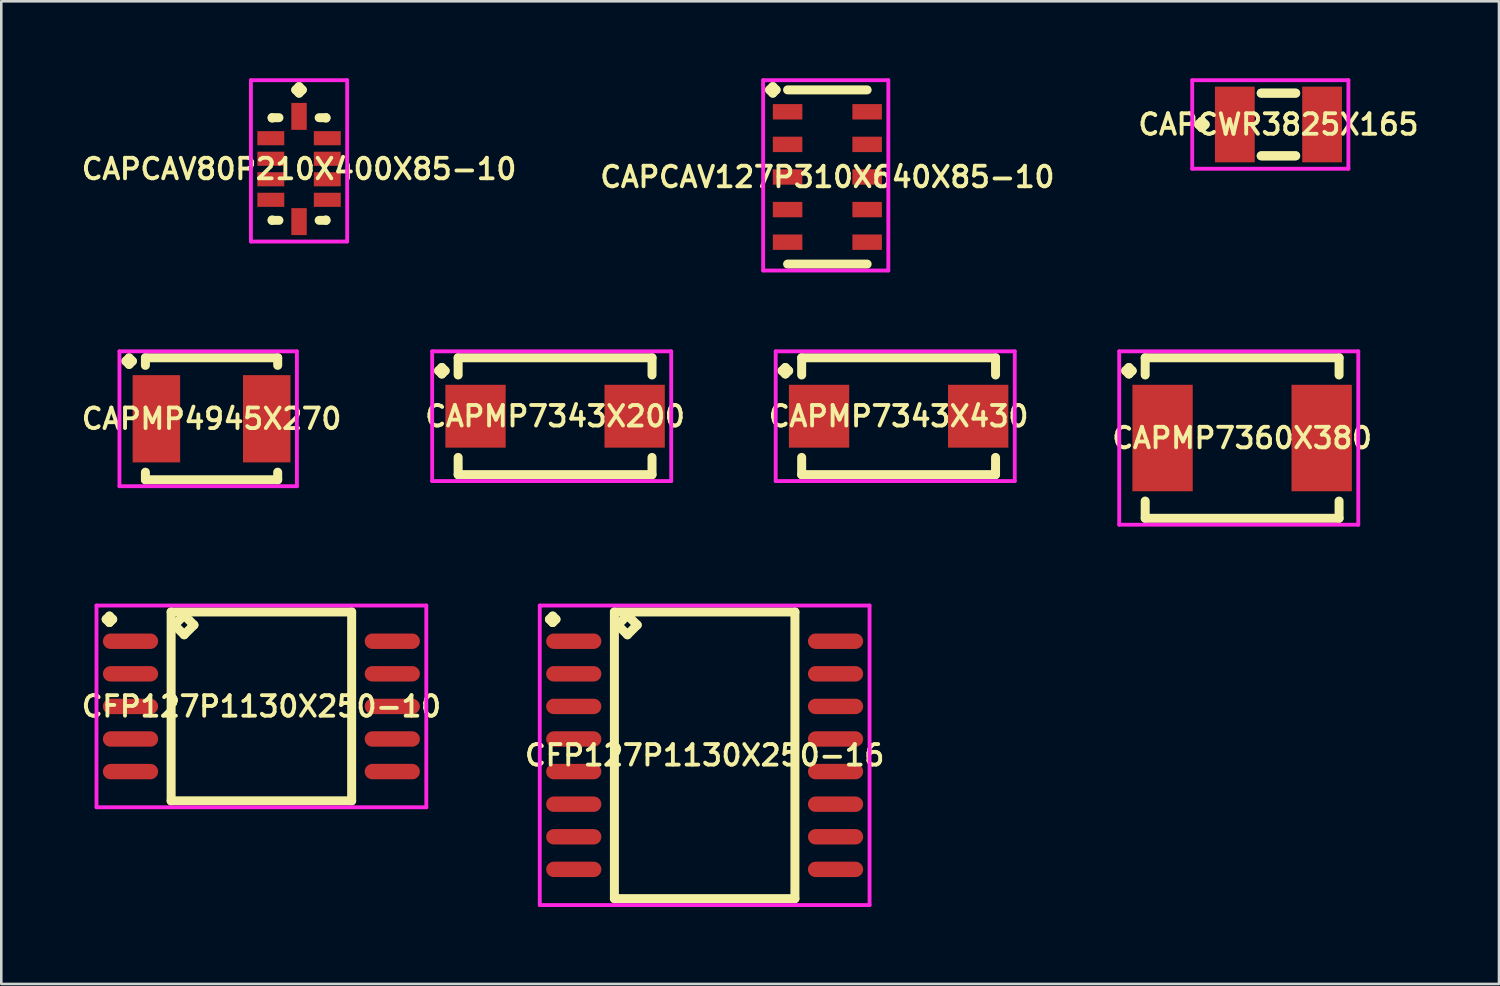
<source format=kicad_pcb>
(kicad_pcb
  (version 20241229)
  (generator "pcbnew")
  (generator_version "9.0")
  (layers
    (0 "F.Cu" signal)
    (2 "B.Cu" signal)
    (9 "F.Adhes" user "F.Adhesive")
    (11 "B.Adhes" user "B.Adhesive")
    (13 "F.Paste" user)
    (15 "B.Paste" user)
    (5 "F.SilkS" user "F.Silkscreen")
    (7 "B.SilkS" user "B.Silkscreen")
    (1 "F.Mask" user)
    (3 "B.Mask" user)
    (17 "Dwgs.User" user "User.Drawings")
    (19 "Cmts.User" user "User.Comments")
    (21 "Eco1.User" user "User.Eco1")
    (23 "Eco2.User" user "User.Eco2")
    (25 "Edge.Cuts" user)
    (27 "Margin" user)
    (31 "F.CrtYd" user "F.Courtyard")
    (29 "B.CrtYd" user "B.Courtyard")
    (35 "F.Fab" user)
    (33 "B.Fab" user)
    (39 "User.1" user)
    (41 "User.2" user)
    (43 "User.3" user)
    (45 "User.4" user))
  (footprint "CFP127P1130X250-10"
    (layer "F.Cu")
    (at 7.135 24.474)
    (property "Reference" "CFP127P1130X250-10" (at 0 0 0) (layer "F.SilkS") (effects (font (size 0.8 0.8) (thickness 0.15))))
    (attr through_hole)
    (fp_line (start -6.048 -3.394) (end -5.921 -3.521) (stroke (width 0.35) (type solid)) (layer "F.SilkS"))
    (fp_line (start -5.921 -3.521) (end -5.794 -3.394) (stroke (width 0.35) (type solid)) (layer "F.SilkS"))
    (fp_line (start -5.921 -3.267) (end -6.048 -3.394) (stroke (width 0.35) (type solid)) (layer "F.SilkS"))
    (fp_line (start -5.794 -3.394) (end -5.921 -3.267) (stroke (width 0.35) (type solid)) (layer "F.SilkS"))
    (fp_line (start -3.517 -3.68) (end -3.517 3.68) (stroke (width 0.35) (type solid)) (layer "F.SilkS"))
    (fp_line (start -3.517 3.68) (end 3.517 3.68) (stroke (width 0.35) (type solid)) (layer "F.SilkS"))
    (fp_line (start -3.39 -3.172) (end -3.009 -3.553) (stroke (width 0.35) (type solid)) (layer "F.SilkS"))
    (fp_line (start -3.009 -3.553) (end -2.628 -3.172) (stroke (width 0.35) (type solid)) (layer "F.SilkS"))
    (fp_line (start -3.009 -2.791) (end -3.39 -3.172) (stroke (width 0.35) (type solid)) (layer "F.SilkS"))
    (fp_line (start -2.628 -3.172) (end -3.009 -2.791) (stroke (width 0.35) (type solid)) (layer "F.SilkS"))
    (fp_line (start 3.517 -3.68) (end -3.517 -3.68) (stroke (width 0.35) (type solid)) (layer "F.SilkS"))
    (fp_line (start 3.517 3.68) (end 3.517 -3.68) (stroke (width 0.35) (type solid)) (layer "F.SilkS"))
    (fp_line (start -6.425 -3.93) (end 6.425 -3.93) (stroke (width 0.15) (type solid)) (layer "F.CrtYd"))
    (fp_line (start -6.425 3.93) (end -6.425 -3.93) (stroke (width 0.15) (type solid)) (layer "F.CrtYd"))
    (fp_line (start 6.425 -3.93) (end 6.425 3.93) (stroke (width 0.15) (type solid)) (layer "F.CrtYd"))
    (fp_line (start 6.425 3.93) (end -6.425 3.93) (stroke (width 0.15) (type solid)) (layer "F.CrtYd"))
    (pad "1" smd oval (at -5.1 -2.54) (size 2.15 0.6) (layers "F.Cu" "F.Mask" "F.Paste"))
    (pad "2" smd oval (at -5.1 -1.27) (size 2.15 0.6) (layers "F.Cu" "F.Mask" "F.Paste"))
    (pad "3" smd oval (at -5.1 0) (size 2.15 0.6) (layers "F.Cu" "F.Mask" "F.Paste"))
    (pad "4" smd oval (at -5.1 1.27) (size 2.15 0.6) (layers "F.Cu" "F.Mask" "F.Paste"))
    (pad "5" smd oval (at -5.1 2.54) (size 2.15 0.6) (layers "F.Cu" "F.Mask" "F.Paste"))
    (pad "6" smd oval (at 5.1 2.54) (size 2.15 0.6) (layers "F.Cu" "F.Mask" "F.Paste"))
    (pad "7" smd oval (at 5.1 1.27) (size 2.15 0.6) (layers "F.Cu" "F.Mask" "F.Paste"))
    (pad "8" smd oval (at 5.1 0) (size 2.15 0.6) (layers "F.Cu" "F.Mask" "F.Paste"))
    (pad "9" smd oval (at 5.1 -1.27) (size 2.15 0.6) (layers "F.Cu" "F.Mask" "F.Paste"))
    (pad "10" smd oval (at 5.1 -2.54) (size 2.15 0.6) (layers "F.Cu" "F.Mask" "F.Paste")))
  (footprint "CAPMP7343X200"
    (layer "F.Cu")
    (at 18.578 13.167)
    (property "Reference" "CAPMP7343X200" (at 0 0 0) (layer "F.SilkS") (effects (font (size 0.8 0.8) (thickness 0.15))))
    (attr smd)
    (fp_line (start -4.539 -1.771) (end -4.412 -1.898) (stroke (width 0.35) (type solid)) (layer "F.SilkS"))
    (fp_line (start -4.412 -1.898) (end -4.285 -1.771) (stroke (width 0.35) (type solid)) (layer "F.SilkS"))
    (fp_line (start -4.412 -1.644) (end -4.539 -1.771) (stroke (width 0.35) (type solid)) (layer "F.SilkS"))
    (fp_line (start -4.285 -1.771) (end -4.412 -1.644) (stroke (width 0.35) (type solid)) (layer "F.SilkS"))
    (fp_line (start -3.777 -2.277) (end 3.777 -2.277) (stroke (width 0.35) (type solid)) (layer "F.SilkS"))
    (fp_line (start -3.777 -1.606) (end -3.777 -2.277) (stroke (width 0.35) (type solid)) (layer "F.SilkS"))
    (fp_line (start -3.777 1.606) (end -3.777 2.277) (stroke (width 0.35) (type solid)) (layer "F.SilkS"))
    (fp_line (start -3.777 2.277) (end 3.777 2.277) (stroke (width 0.35) (type solid)) (layer "F.SilkS"))
    (fp_line (start 3.777 -2.277) (end 3.777 -1.606) (stroke (width 0.35) (type solid)) (layer "F.SilkS"))
    (fp_line (start 3.777 2.277) (end 3.777 1.606) (stroke (width 0.35) (type solid)) (layer "F.SilkS"))
    (fp_line (start -4.789 -2.527) (end 4.525 -2.527) (stroke (width 0.15) (type solid)) (layer "F.CrtYd"))
    (fp_line (start -4.789 2.527) (end -4.789 -2.527) (stroke (width 0.15) (type solid)) (layer "F.CrtYd"))
    (fp_line (start 4.525 -2.527) (end 4.525 2.527) (stroke (width 0.15) (type solid)) (layer "F.CrtYd"))
    (fp_line (start 4.525 2.527) (end -4.789 2.527) (stroke (width 0.15) (type solid)) (layer "F.CrtYd"))
    (pad "1" smd rect (at -3.1 0) (size 2.35 2.45) (layers "F.Cu" "F.Mask" "F.Paste"))
    (pad "2" smd rect (at 3.1 0) (size 2.35 2.45) (layers "F.Cu" "F.Mask" "F.Paste")))
  (footprint "CAPMP4945X270"
    (layer "F.Cu")
    (at 5.193 13.267)
    (property "Reference" "CAPMP4945X270" (at 0 0 0) (layer "F.SilkS") (effects (font (size 0.8 0.8) (thickness 0.15))))
    (attr through_hole)
    (fp_line (start -3.339 -2.246) (end -3.212 -2.373) (stroke (width 0.35) (type solid)) (layer "F.SilkS"))
    (fp_line (start -3.212 -2.373) (end -3.085 -2.246) (stroke (width 0.35) (type solid)) (layer "F.SilkS"))
    (fp_line (start -3.212 -2.119) (end -3.339 -2.246) (stroke (width 0.35) (type solid)) (layer "F.SilkS"))
    (fp_line (start -3.085 -2.246) (end -3.212 -2.119) (stroke (width 0.35) (type solid)) (layer "F.SilkS"))
    (fp_line (start -2.577 -2.377) (end 2.577 -2.377) (stroke (width 0.35) (type solid)) (layer "F.SilkS"))
    (fp_line (start -2.577 -2.081) (end -2.577 -2.377) (stroke (width 0.35) (type solid)) (layer "F.SilkS"))
    (fp_line (start -2.577 2.081) (end -2.577 2.377) (stroke (width 0.35) (type solid)) (layer "F.SilkS"))
    (fp_line (start -2.577 2.377) (end 2.577 2.377) (stroke (width 0.35) (type solid)) (layer "F.SilkS"))
    (fp_line (start 2.577 -2.377) (end 2.577 -2.081) (stroke (width 0.35) (type solid)) (layer "F.SilkS"))
    (fp_line (start 2.577 2.377) (end 2.577 2.081) (stroke (width 0.35) (type solid)) (layer "F.SilkS"))
    (fp_line (start -3.589 -2.627) (end 3.325 -2.627) (stroke (width 0.15) (type solid)) (layer "F.CrtYd"))
    (fp_line (start -3.589 2.627) (end -3.589 -2.627) (stroke (width 0.15) (type solid)) (layer "F.CrtYd"))
    (fp_line (start 3.325 -2.627) (end 3.325 2.627) (stroke (width 0.15) (type solid)) (layer "F.CrtYd"))
    (fp_line (start 3.325 2.627) (end -3.589 2.627) (stroke (width 0.15) (type solid)) (layer "F.CrtYd"))
    (pad "1" smd rect (at -2.15 0) (size 1.85 3.4) (layers "F.Cu" "F.Mask" "F.Paste"))
    (pad "2" smd rect (at 2.15 0) (size 1.85 3.4) (layers "F.Cu" "F.Mask" "F.Paste")))
  (footprint "CAPCAV127P310X640X85-10"
    (layer "F.Cu")
    (at 29.187 3.846)
    (property "Reference" "CAPCAV127P310X640X85-10" (at 0 0 0) (layer "F.SilkS") (effects (font (size 0.8 0.8) (thickness 0.15))))
    (attr through_hole)
    (fp_line (start -2.252 -3.394) (end -2.125 -3.521) (stroke (width 0.35) (type solid)) (layer "F.SilkS"))
    (fp_line (start -2.125 -3.521) (end -1.998 -3.394) (stroke (width 0.35) (type solid)) (layer "F.SilkS"))
    (fp_line (start -2.125 -3.267) (end -2.252 -3.394) (stroke (width 0.35) (type solid)) (layer "F.SilkS"))
    (fp_line (start -1.998 -3.394) (end -2.125 -3.267) (stroke (width 0.35) (type solid)) (layer "F.SilkS"))
    (fp_line (start -1.55 -3.394) (end 1.55 -3.394) (stroke (width 0.35) (type solid)) (layer "F.SilkS"))
    (fp_line (start -1.55 3.394) (end 1.55 3.394) (stroke (width 0.35) (type solid)) (layer "F.SilkS"))
    (fp_line (start -2.502 -3.771) (end 2.375 -3.771) (stroke (width 0.15) (type solid)) (layer "F.CrtYd"))
    (fp_line (start -2.502 3.644) (end -2.502 -3.771) (stroke (width 0.15) (type solid)) (layer "F.CrtYd"))
    (fp_line (start 2.375 -3.771) (end 2.375 3.644) (stroke (width 0.15) (type solid)) (layer "F.CrtYd"))
    (fp_line (start 2.375 3.644) (end -2.502 3.644) (stroke (width 0.15) (type solid)) (layer "F.CrtYd"))
    (pad "1" smd rect (at -1.55 -2.54) (size 1.15 0.6) (layers "F.Cu" "F.Mask" "F.Paste"))
    (pad "2" smd rect (at -1.55 -1.27) (size 1.15 0.6) (layers "F.Cu" "F.Mask" "F.Paste"))
    (pad "3" smd rect (at -1.55 0) (size 1.15 0.6) (layers "F.Cu" "F.Mask" "F.Paste"))
    (pad "4" smd rect (at -1.55 1.27) (size 1.15 0.6) (layers "F.Cu" "F.Mask" "F.Paste"))
    (pad "5" smd rect (at -1.55 2.54) (size 1.15 0.6) (layers "F.Cu" "F.Mask" "F.Paste"))
    (pad "6" smd rect (at 1.55 2.54) (size 1.15 0.6) (layers "F.Cu" "F.Mask" "F.Paste"))
    (pad "7" smd rect (at 1.55 1.27) (size 1.15 0.6) (layers "F.Cu" "F.Mask" "F.Paste"))
    (pad "8" smd rect (at 1.55 0) (size 1.15 0.6) (layers "F.Cu" "F.Mask" "F.Paste"))
    (pad "9" smd rect (at 1.55 -1.27) (size 1.15 0.6) (layers "F.Cu" "F.Mask" "F.Paste"))
    (pad "10" smd rect (at 1.55 -2.54) (size 1.15 0.6) (layers "F.Cu" "F.Mask" "F.Paste")))
  (footprint "CAPCAV80P210X400X85-10"
    (layer "F.Cu")
    (at 8.602 3.535)
    (property "Reference" "CAPCAV80P210X400X85-10" (at 0 0 0) (layer "F.SilkS") (effects (font (size 0.8 0.8) (thickness 0.15))))
    (attr smd)
    (fp_line (start -1.05 -2) (end -0.783 -2) (stroke (width 0.35) (type solid)) (layer "F.SilkS"))
    (fp_line (start -1.05 -1.983) (end -1.05 -2) (stroke (width 0.35) (type solid)) (layer "F.SilkS"))
    (fp_line (start -1.05 1.983) (end -1.05 2) (stroke (width 0.35) (type solid)) (layer "F.SilkS"))
    (fp_line (start -1.05 2) (end -0.783 2) (stroke (width 0.35) (type solid)) (layer "F.SilkS"))
    (fp_line (start -0.127 -3.083) (end 0 -3.21) (stroke (width 0.35) (type solid)) (layer "F.SilkS"))
    (fp_line (start 0 -3.21) (end 0.127 -3.083) (stroke (width 0.35) (type solid)) (layer "F.SilkS"))
    (fp_line (start 0 -2.956) (end -0.127 -3.083) (stroke (width 0.35) (type solid)) (layer "F.SilkS"))
    (fp_line (start 0.127 -3.083) (end 0 -2.956) (stroke (width 0.35) (type solid)) (layer "F.SilkS"))
    (fp_line (start 1.05 -2) (end 0.783 -2) (stroke (width 0.35) (type solid)) (layer "F.SilkS"))
    (fp_line (start 1.05 -1.983) (end 1.05 -2) (stroke (width 0.35) (type solid)) (layer "F.SilkS"))
    (fp_line (start 1.05 1.983) (end 1.05 2) (stroke (width 0.35) (type solid)) (layer "F.SilkS"))
    (fp_line (start 1.05 2) (end 0.783 2) (stroke (width 0.35) (type solid)) (layer "F.SilkS"))
    (fp_line (start -1.875 -3.46) (end 1.875 -3.46) (stroke (width 0.15) (type solid)) (layer "F.CrtYd"))
    (fp_line (start -1.875 2.825) (end -1.875 -3.46) (stroke (width 0.15) (type solid)) (layer "F.CrtYd"))
    (fp_line (start 1.875 -3.46) (end 1.875 2.825) (stroke (width 0.15) (type solid)) (layer "F.CrtYd"))
    (fp_line (start 1.875 2.825) (end -1.875 2.825) (stroke (width 0.15) (type solid)) (layer "F.CrtYd"))
    (pad "1" smd rect (at 0 -2.05) (size 0.6 1.05) (layers "F.Cu" "F.Mask" "F.Paste"))
    (pad "2" smd rect (at -1.1 -1.2) (size 1.05 0.55) (layers "F.Cu" "F.Mask" "F.Paste"))
    (pad "3" smd rect (at -1.1 -0.4) (size 1.05 0.55) (layers "F.Cu" "F.Mask" "F.Paste"))
    (pad "4" smd rect (at -1.1 0.4) (size 1.05 0.55) (layers "F.Cu" "F.Mask" "F.Paste"))
    (pad "5" smd rect (at -1.1 1.2) (size 1.05 0.55) (layers "F.Cu" "F.Mask" "F.Paste"))
    (pad "6" smd rect (at 0 2.05) (size 0.6 1.05) (layers "F.Cu" "F.Mask" "F.Paste"))
    (pad "7" smd rect (at 1.1 1.2) (size 1.05 0.55) (layers "F.Cu" "F.Mask" "F.Paste"))
    (pad "8" smd rect (at 1.1 0.4) (size 1.05 0.55) (layers "F.Cu" "F.Mask" "F.Paste"))
    (pad "9" smd rect (at 1.1 -0.4) (size 1.05 0.55) (layers "F.Cu" "F.Mask" "F.Paste"))
    (pad "10" smd rect (at 1.1 -1.2) (size 1.05 0.55) (layers "F.Cu" "F.Mask" "F.Paste")))
  (footprint "CAPCWR3825X165"
    (layer "F.Cu")
    (at 46.763 1.8)
    (property "Reference" "CAPCWR3825X165" (at 0 0 0) (layer "F.SilkS") (effects (font (size 0.8 0.8) (thickness 0.15))))
    (attr through_hole)
    (fp_line (start -3.11 0) (end -2.983 -0.127) (stroke (width 0.35) (type solid)) (layer "F.SilkS"))
    (fp_line (start -2.983 -0.127) (end -2.856 0) (stroke (width 0.35) (type solid)) (layer "F.SilkS"))
    (fp_line (start -2.983 0.127) (end -3.11 0) (stroke (width 0.35) (type solid)) (layer "F.SilkS"))
    (fp_line (start -2.856 0) (end -2.983 0.127) (stroke (width 0.35) (type solid)) (layer "F.SilkS"))
    (fp_line (start -0.671 -1.221) (end 0.671 -1.221) (stroke (width 0.35) (type solid)) (layer "F.SilkS"))
    (fp_line (start -0.671 1.221) (end 0.671 1.221) (stroke (width 0.35) (type solid)) (layer "F.SilkS"))
    (fp_line (start 0.671 -1.221) (end -0.671 -1.221) (stroke (width 0.35) (type solid)) (layer "F.SilkS"))
    (fp_line (start 0.671 1.221) (end -0.671 1.221) (stroke (width 0.35) (type solid)) (layer "F.SilkS"))
    (fp_line (start -3.36 -1.725) (end 2.725 -1.725) (stroke (width 0.15) (type solid)) (layer "F.CrtYd"))
    (fp_line (start -3.36 1.725) (end -3.36 -1.725) (stroke (width 0.15) (type solid)) (layer "F.CrtYd"))
    (fp_line (start 2.725 -1.725) (end 2.725 1.725) (stroke (width 0.15) (type solid)) (layer "F.CrtYd"))
    (fp_line (start 2.725 1.725) (end -3.36 1.725) (stroke (width 0.15) (type solid)) (layer "F.CrtYd"))
    (pad "1" smd rect (at -1.7 0) (size 1.55 2.95) (layers "F.Cu" "F.Mask" "F.Paste"))
    (pad "2" smd rect (at 1.7 0) (size 1.55 2.95) (layers "F.Cu" "F.Mask" "F.Paste")))
  (footprint "CAPMP7360X380"
    (layer "F.Cu")
    (at 45.348 14.017)
    (property "Reference" "CAPMP7360X380" (at 0 0 0) (layer "F.SilkS") (effects (font (size 0.8 0.8) (thickness 0.15))))
    (attr smd)
    (fp_line (start -4.539 -2.621) (end -4.412 -2.748) (stroke (width 0.35) (type solid)) (layer "F.SilkS"))
    (fp_line (start -4.412 -2.748) (end -4.285 -2.621) (stroke (width 0.35) (type solid)) (layer "F.SilkS"))
    (fp_line (start -4.412 -2.494) (end -4.539 -2.621) (stroke (width 0.35) (type solid)) (layer "F.SilkS"))
    (fp_line (start -4.285 -2.621) (end -4.412 -2.494) (stroke (width 0.35) (type solid)) (layer "F.SilkS"))
    (fp_line (start -3.777 -3.127) (end 3.777 -3.127) (stroke (width 0.35) (type solid)) (layer "F.SilkS"))
    (fp_line (start -3.777 -2.456) (end -3.777 -3.127) (stroke (width 0.35) (type solid)) (layer "F.SilkS"))
    (fp_line (start -3.777 2.456) (end -3.777 3.127) (stroke (width 0.35) (type solid)) (layer "F.SilkS"))
    (fp_line (start -3.777 3.127) (end 3.777 3.127) (stroke (width 0.35) (type solid)) (layer "F.SilkS"))
    (fp_line (start 3.777 -3.127) (end 3.777 -2.456) (stroke (width 0.35) (type solid)) (layer "F.SilkS"))
    (fp_line (start 3.777 3.127) (end 3.777 2.456) (stroke (width 0.35) (type solid)) (layer "F.SilkS"))
    (fp_line (start -4.789 -3.377) (end 4.525 -3.377) (stroke (width 0.15) (type solid)) (layer "F.CrtYd"))
    (fp_line (start -4.789 3.377) (end -4.789 -3.377) (stroke (width 0.15) (type solid)) (layer "F.CrtYd"))
    (fp_line (start 4.525 -3.377) (end 4.525 3.377) (stroke (width 0.15) (type solid)) (layer "F.CrtYd"))
    (fp_line (start 4.525 3.377) (end -4.789 3.377) (stroke (width 0.15) (type solid)) (layer "F.CrtYd"))
    (pad "1" smd rect (at -3.1 0) (size 2.35 4.15) (layers "F.Cu" "F.Mask" "F.Paste"))
    (pad "2" smd rect (at 3.1 0) (size 2.35 4.15) (layers "F.Cu" "F.Mask" "F.Paste")))
  (footprint "CFP127P1130X250-16"
    (layer "F.Cu")
    (at 24.406 26.379)
    (property "Reference" "CFP127P1130X250-16" (at 0 0 0) (layer "F.SilkS") (effects (font (size 0.8 0.8) (thickness 0.15))))
    (attr smd)
    (fp_line (start -6.048 -5.299) (end -5.921 -5.426) (stroke (width 0.35) (type solid)) (layer "F.SilkS"))
    (fp_line (start -5.921 -5.426) (end -5.794 -5.299) (stroke (width 0.35) (type solid)) (layer "F.SilkS"))
    (fp_line (start -5.921 -5.172) (end -6.048 -5.299) (stroke (width 0.35) (type solid)) (layer "F.SilkS"))
    (fp_line (start -5.794 -5.299) (end -5.921 -5.172) (stroke (width 0.35) (type solid)) (layer "F.SilkS"))
    (fp_line (start -3.517 -5.585) (end -3.517 5.585) (stroke (width 0.35) (type solid)) (layer "F.SilkS"))
    (fp_line (start -3.517 5.585) (end 3.517 5.585) (stroke (width 0.35) (type solid)) (layer "F.SilkS"))
    (fp_line (start -3.39 -5.077) (end -3.009 -5.458) (stroke (width 0.35) (type solid)) (layer "F.SilkS"))
    (fp_line (start -3.009 -5.458) (end -2.628 -5.077) (stroke (width 0.35) (type solid)) (layer "F.SilkS"))
    (fp_line (start -3.009 -4.696) (end -3.39 -5.077) (stroke (width 0.35) (type solid)) (layer "F.SilkS"))
    (fp_line (start -2.628 -5.077) (end -3.009 -4.696) (stroke (width 0.35) (type solid)) (layer "F.SilkS"))
    (fp_line (start 3.517 -5.585) (end -3.517 -5.585) (stroke (width 0.35) (type solid)) (layer "F.SilkS"))
    (fp_line (start 3.517 5.585) (end 3.517 -5.585) (stroke (width 0.35) (type solid)) (layer "F.SilkS"))
    (fp_line (start -6.425 -5.835) (end 6.425 -5.835) (stroke (width 0.15) (type solid)) (layer "F.CrtYd"))
    (fp_line (start -6.425 5.835) (end -6.425 -5.835) (stroke (width 0.15) (type solid)) (layer "F.CrtYd"))
    (fp_line (start 6.425 -5.835) (end 6.425 5.835) (stroke (width 0.15) (type solid)) (layer "F.CrtYd"))
    (fp_line (start 6.425 5.835) (end -6.425 5.835) (stroke (width 0.15) (type solid)) (layer "F.CrtYd"))
    (pad "1" smd oval (at -5.1 -4.445) (size 2.15 0.6) (layers "F.Cu" "F.Mask" "F.Paste"))
    (pad "2" smd oval (at -5.1 -3.175) (size 2.15 0.6) (layers "F.Cu" "F.Mask" "F.Paste"))
    (pad "3" smd oval (at -5.1 -1.905) (size 2.15 0.6) (layers "F.Cu" "F.Mask" "F.Paste"))
    (pad "4" smd oval (at -5.1 -0.635) (size 2.15 0.6) (layers "F.Cu" "F.Mask" "F.Paste"))
    (pad "5" smd oval (at -5.1 0.635) (size 2.15 0.6) (layers "F.Cu" "F.Mask" "F.Paste"))
    (pad "6" smd oval (at -5.1 1.905) (size 2.15 0.6) (layers "F.Cu" "F.Mask" "F.Paste"))
    (pad "7" smd oval (at -5.1 3.175) (size 2.15 0.6) (layers "F.Cu" "F.Mask" "F.Paste"))
    (pad "8" smd oval (at -5.1 4.445) (size 2.15 0.6) (layers "F.Cu" "F.Mask" "F.Paste"))
    (pad "9" smd oval (at 5.1 4.445) (size 2.15 0.6) (layers "F.Cu" "F.Mask" "F.Paste"))
    (pad "10" smd oval (at 5.1 3.175) (size 2.15 0.6) (layers "F.Cu" "F.Mask" "F.Paste"))
    (pad "11" smd oval (at 5.1 1.905) (size 2.15 0.6) (layers "F.Cu" "F.Mask" "F.Paste"))
    (pad "12" smd oval (at 5.1 0.635) (size 2.15 0.6) (layers "F.Cu" "F.Mask" "F.Paste"))
    (pad "13" smd oval (at 5.1 -0.635) (size 2.15 0.6) (layers "F.Cu" "F.Mask" "F.Paste"))
    (pad "14" smd oval (at 5.1 -1.905) (size 2.15 0.6) (layers "F.Cu" "F.Mask" "F.Paste"))
    (pad "15" smd oval (at 5.1 -3.175) (size 2.15 0.6) (layers "F.Cu" "F.Mask" "F.Paste"))
    (pad "16" smd oval (at 5.1 -4.445) (size 2.15 0.6) (layers "F.Cu" "F.Mask" "F.Paste")))
  (footprint "CAPMP7343X430"
    (layer "F.Cu")
    (at 31.963 13.167)
    (property "Reference" "CAPMP7343X430" (at 0 0 0) (layer "F.SilkS") (effects (font (size 0.8 0.8) (thickness 0.15))))
    (attr through_hole)
    (fp_line (start -4.539 -1.771) (end -4.412 -1.898) (stroke (width 0.35) (type solid)) (layer "F.SilkS"))
    (fp_line (start -4.412 -1.898) (end -4.285 -1.771) (stroke (width 0.35) (type solid)) (layer "F.SilkS"))
    (fp_line (start -4.412 -1.644) (end -4.539 -1.771) (stroke (width 0.35) (type solid)) (layer "F.SilkS"))
    (fp_line (start -4.285 -1.771) (end -4.412 -1.644) (stroke (width 0.35) (type solid)) (layer "F.SilkS"))
    (fp_line (start -3.777 -2.277) (end 3.777 -2.277) (stroke (width 0.35) (type solid)) (layer "F.SilkS"))
    (fp_line (start -3.777 -1.606) (end -3.777 -2.277) (stroke (width 0.35) (type solid)) (layer "F.SilkS"))
    (fp_line (start -3.777 1.606) (end -3.777 2.277) (stroke (width 0.35) (type solid)) (layer "F.SilkS"))
    (fp_line (start -3.777 2.277) (end 3.777 2.277) (stroke (width 0.35) (type solid)) (layer "F.SilkS"))
    (fp_line (start 3.777 -2.277) (end 3.777 -1.606) (stroke (width 0.35) (type solid)) (layer "F.SilkS"))
    (fp_line (start 3.777 2.277) (end 3.777 1.606) (stroke (width 0.35) (type solid)) (layer "F.SilkS"))
    (fp_line (start -4.789 -2.527) (end 4.525 -2.527) (stroke (width 0.15) (type solid)) (layer "F.CrtYd"))
    (fp_line (start -4.789 2.527) (end -4.789 -2.527) (stroke (width 0.15) (type solid)) (layer "F.CrtYd"))
    (fp_line (start 4.525 -2.527) (end 4.525 2.527) (stroke (width 0.15) (type solid)) (layer "F.CrtYd"))
    (fp_line (start 4.525 2.527) (end -4.789 2.527) (stroke (width 0.15) (type solid)) (layer "F.CrtYd"))
    (pad "1" smd rect (at -3.1 0) (size 2.35 2.45) (layers "F.Cu" "F.Mask" "F.Paste"))
    (pad "2" smd rect (at 3.1 0) (size 2.35 2.45) (layers "F.Cu" "F.Mask" "F.Paste")))
  (gr_rect
    (start -3 -3)
    (end 55.356 35.289)
    (stroke (width 0.1) (type default))
    (fill no)
    (layer "Edge.Cuts")))
</source>
